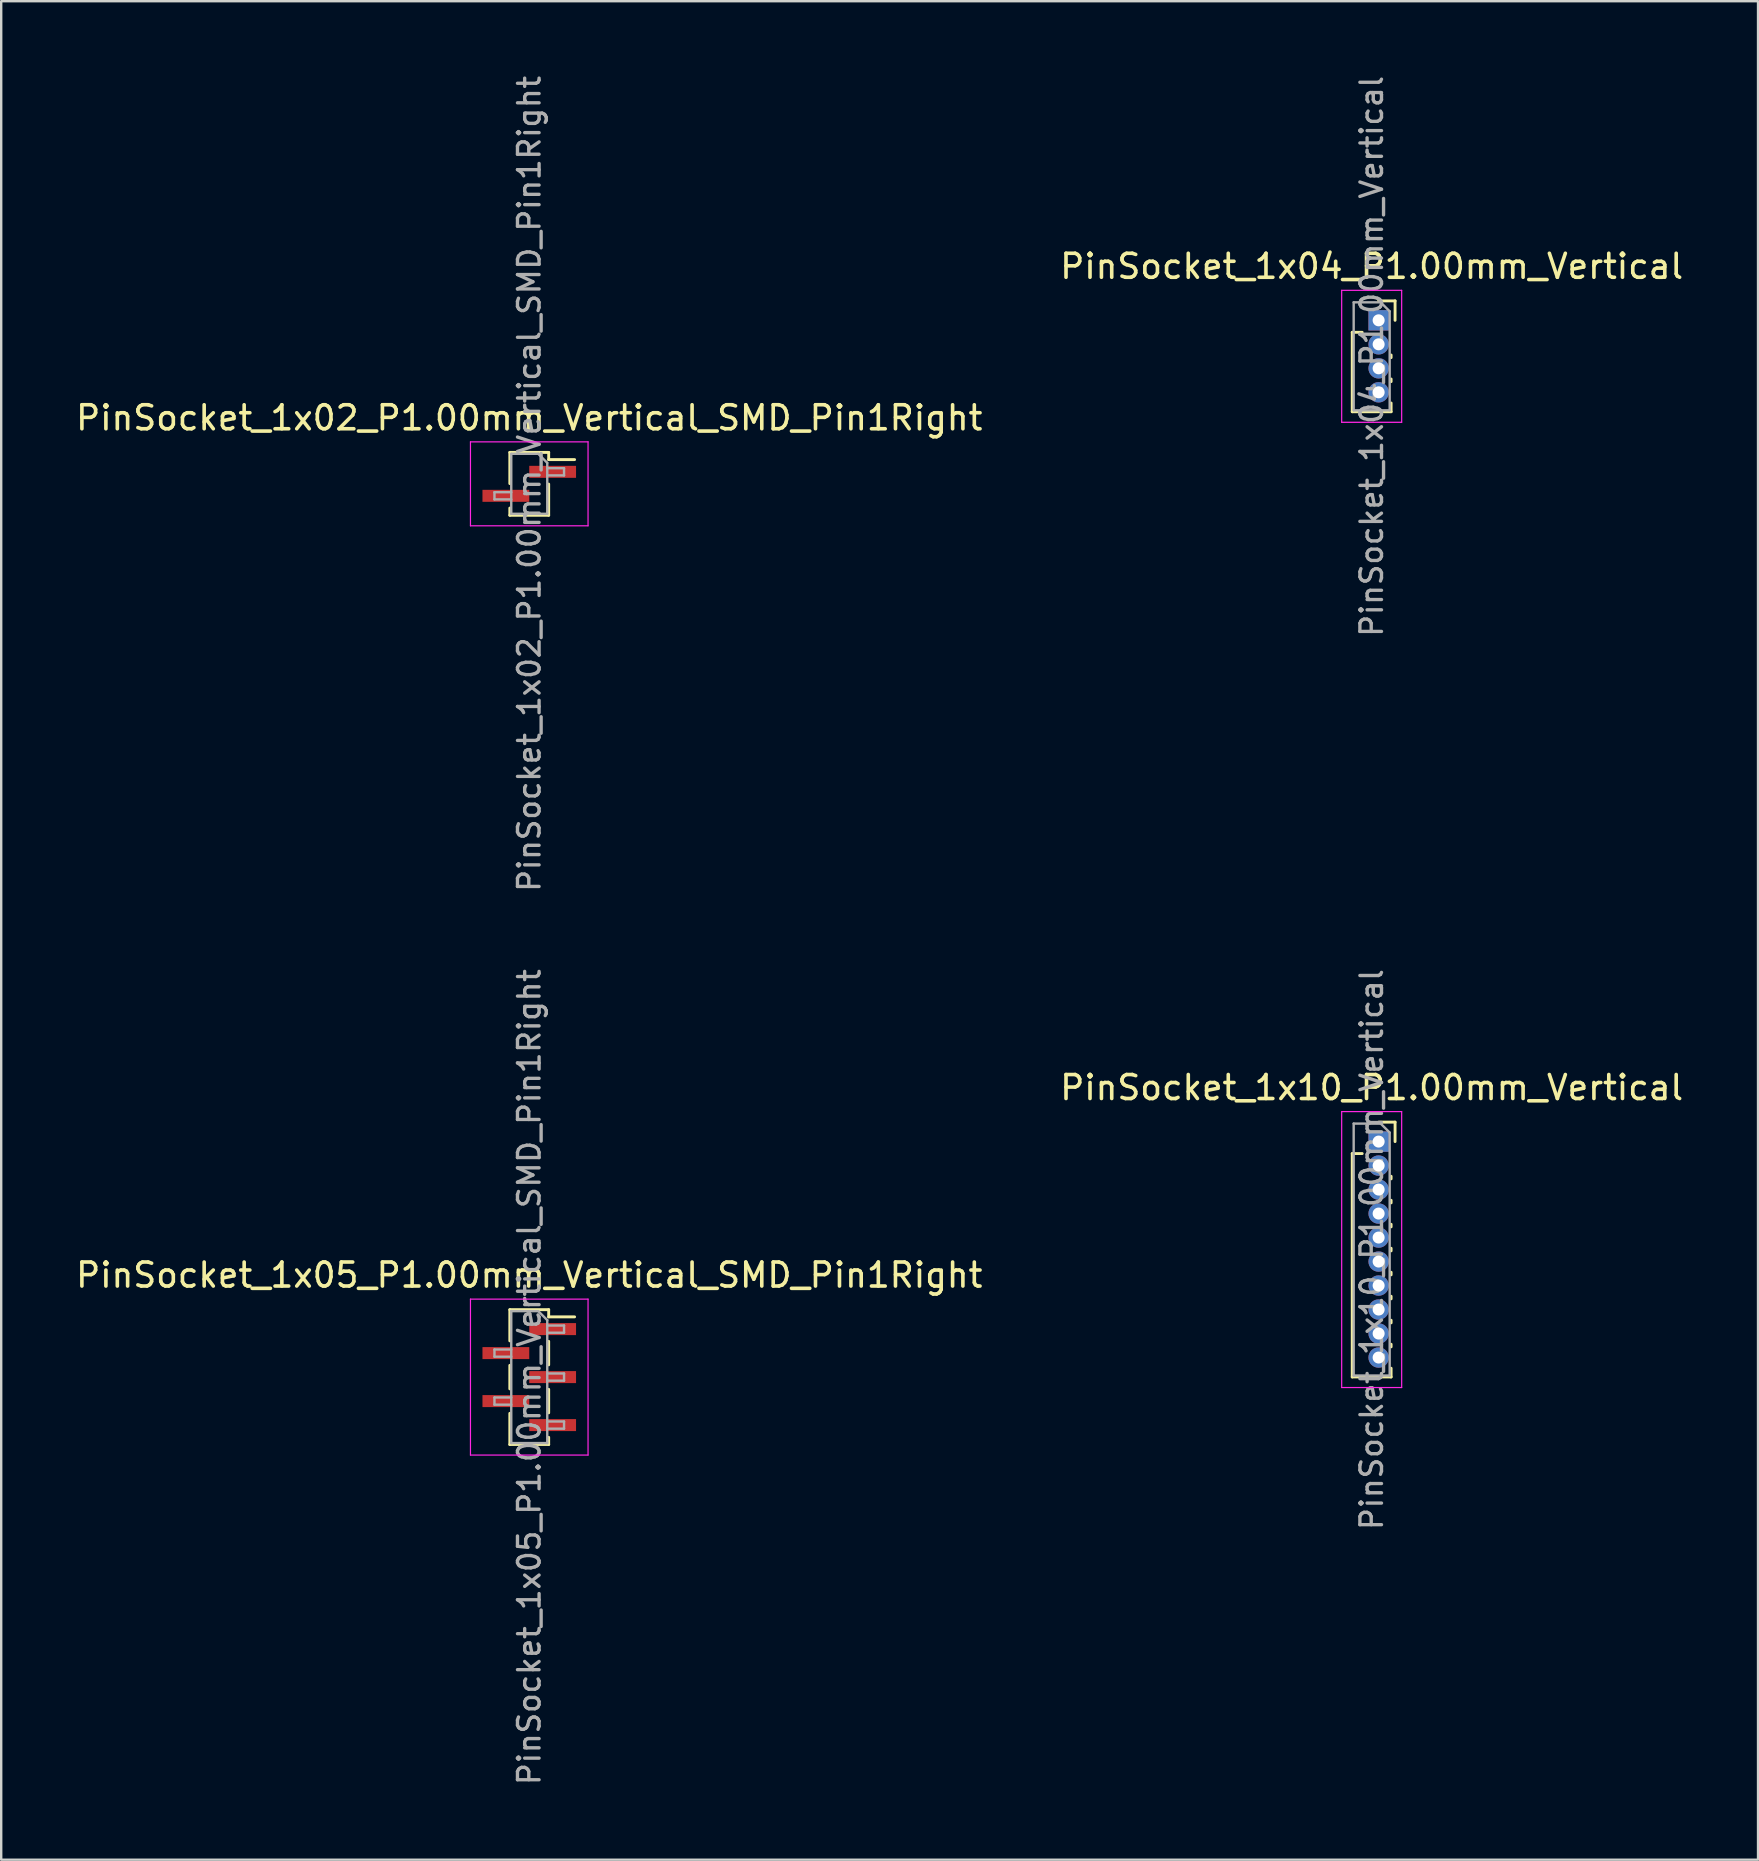
<source format=kicad_pcb>
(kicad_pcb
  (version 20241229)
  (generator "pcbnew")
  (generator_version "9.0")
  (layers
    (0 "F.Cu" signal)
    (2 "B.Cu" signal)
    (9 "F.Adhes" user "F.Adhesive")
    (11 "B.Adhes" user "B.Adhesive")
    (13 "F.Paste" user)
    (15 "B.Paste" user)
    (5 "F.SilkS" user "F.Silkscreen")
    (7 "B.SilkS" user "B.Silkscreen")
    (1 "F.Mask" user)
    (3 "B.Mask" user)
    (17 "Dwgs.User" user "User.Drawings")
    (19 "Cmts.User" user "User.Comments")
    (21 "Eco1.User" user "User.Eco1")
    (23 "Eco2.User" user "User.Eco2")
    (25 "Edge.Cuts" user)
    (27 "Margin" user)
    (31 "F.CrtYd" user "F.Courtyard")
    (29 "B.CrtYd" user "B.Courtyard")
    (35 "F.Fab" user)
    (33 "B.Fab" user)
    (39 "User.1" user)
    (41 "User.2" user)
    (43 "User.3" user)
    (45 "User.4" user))
  (footprint "PinSocket_1x02_P1.00mm_Vertical_SMD_Pin1Right"
    (layer "F.Cu")
    (at 19.006 17.113)
    (property "Reference" "PinSocket_1x02_P1.00mm_Vertical_SMD_Pin1Right" (at 0 -2.75 0) (layer "F.SilkS") (effects (font (size 1 1) (thickness 0.15))))
    (attr smd)
    (fp_line (start -0.81 -1.31) (end -0.81 -0.01) (stroke (width 0.12) (type solid)) (layer "F.SilkS"))
    (fp_line (start -0.81 -1.31) (end 0.81 -1.31) (stroke (width 0.12) (type solid)) (layer "F.SilkS"))
    (fp_line (start -0.81 1.01) (end -0.81 1.31) (stroke (width 0.12) (type solid)) (layer "F.SilkS"))
    (fp_line (start -0.81 1.31) (end 0.81 1.31) (stroke (width 0.12) (type solid)) (layer "F.SilkS"))
    (fp_line (start 0.81 -1.31) (end 0.81 -1.01) (stroke (width 0.12) (type solid)) (layer "F.SilkS"))
    (fp_line (start 0.81 -1.01) (end 1.89 -1.01) (stroke (width 0.12) (type solid)) (layer "F.SilkS"))
    (fp_line (start 0.81 0.01) (end 0.81 1.31) (stroke (width 0.12) (type solid)) (layer "F.SilkS"))
    (fp_line (start -2.45 -1.75) (end 2.45 -1.75) (stroke (width 0.05) (type solid)) (layer "F.CrtYd"))
    (fp_line (start -2.45 1.75) (end -2.45 -1.75) (stroke (width 0.05) (type solid)) (layer "F.CrtYd"))
    (fp_line (start 2.45 -1.75) (end 2.45 1.75) (stroke (width 0.05) (type solid)) (layer "F.CrtYd"))
    (fp_line (start 2.45 1.75) (end -2.45 1.75) (stroke (width 0.05) (type solid)) (layer "F.CrtYd"))
    (fp_line (start -1.45 0.35) (end -0.75 0.35) (stroke (width 0.1) (type solid)) (layer "F.Fab"))
    (fp_line (start -1.45 0.65) (end -1.45 0.35) (stroke (width 0.1) (type solid)) (layer "F.Fab"))
    (fp_line (start -0.75 -1.25) (end 0.375 -1.25) (stroke (width 0.1) (type solid)) (layer "F.Fab"))
    (fp_line (start -0.75 0.65) (end -1.45 0.65) (stroke (width 0.1) (type solid)) (layer "F.Fab"))
    (fp_line (start -0.75 1.25) (end -0.75 -1.25) (stroke (width 0.1) (type solid)) (layer "F.Fab"))
    (fp_line (start 0.375 -1.25) (end 0.75 -0.875) (stroke (width 0.1) (type solid)) (layer "F.Fab"))
    (fp_line (start 0.75 -0.875) (end 0.75 1.25) (stroke (width 0.1) (type solid)) (layer "F.Fab"))
    (fp_line (start 0.75 -0.65) (end 1.45 -0.65) (stroke (width 0.1) (type solid)) (layer "F.Fab"))
    (fp_line (start 0.75 1.25) (end -0.75 1.25) (stroke (width 0.1) (type solid)) (layer "F.Fab"))
    (fp_line (start 1.45 -0.65) (end 1.45 -0.35) (stroke (width 0.1) (type solid)) (layer "F.Fab"))
    (fp_line (start 1.45 -0.35) (end 0.75 -0.35) (stroke (width 0.1) (type solid)) (layer "F.Fab"))
    (fp_text user "${REFERENCE}" (at 0 0 90) (layer "F.Fab") (effects (font (size 0.9 0.9) (thickness 0.14))))
    (pad "1" smd rect (at 0.975 -0.5) (size 1.95 0.5) (layers "F.Cu" "F.Mask" "F.Paste"))
    (pad "2" smd rect (at -0.975 0.5) (size 1.95 0.5) (layers "F.Cu" "F.Mask" "F.Paste")))
  (footprint "PinSocket_1x04_P1.00mm_Vertical"
    (layer "F.Cu")
    (at 54.403 10.299)
    (property "Reference" "PinSocket_1x04_P1.00mm_Vertical" (at -0.29 -2.25 0) (layer "F.SilkS") (effects (font (size 1 1) (thickness 0.15))))
    (attr through_hole)
    (fp_line (start -1.1 0.5) (end -1.1 3.81) (stroke (width 0.12) (type solid)) (layer "F.SilkS"))
    (fp_line (start -1.1 0.5) (end -0.685 0.5) (stroke (width 0.12) (type solid)) (layer "F.SilkS"))
    (fp_line (start -1.1 3.81) (end 0.52 3.81) (stroke (width 0.12) (type solid)) (layer "F.SilkS"))
    (fp_line (start 0 -0.81) (end 0.685 -0.81) (stroke (width 0.12) (type solid)) (layer "F.SilkS"))
    (fp_line (start 0.52 1.446) (end 0.52 1.554) (stroke (width 0.12) (type solid)) (layer "F.SilkS"))
    (fp_line (start 0.52 2.446) (end 0.52 2.554) (stroke (width 0.12) (type solid)) (layer "F.SilkS"))
    (fp_line (start 0.52 3.446) (end 0.52 3.81) (stroke (width 0.12) (type solid)) (layer "F.SilkS"))
    (fp_line (start 0.685 -0.81) (end 0.685 0) (stroke (width 0.12) (type solid)) (layer "F.SilkS"))
    (fp_line (start -1.54 -1.25) (end 0.96 -1.25) (stroke (width 0.05) (type solid)) (layer "F.CrtYd"))
    (fp_line (start -1.54 4.25) (end -1.54 -1.25) (stroke (width 0.05) (type solid)) (layer "F.CrtYd"))
    (fp_line (start 0.96 -1.25) (end 0.96 4.25) (stroke (width 0.05) (type solid)) (layer "F.CrtYd"))
    (fp_line (start 0.96 4.25) (end -1.54 4.25) (stroke (width 0.05) (type solid)) (layer "F.CrtYd"))
    (fp_line (start -1.04 -0.75) (end 0.085 -0.75) (stroke (width 0.1) (type solid)) (layer "F.Fab"))
    (fp_line (start -1.04 3.75) (end -1.04 -0.75) (stroke (width 0.1) (type solid)) (layer "F.Fab"))
    (fp_line (start 0.085 -0.75) (end 0.46 -0.375) (stroke (width 0.1) (type solid)) (layer "F.Fab"))
    (fp_line (start 0.46 -0.375) (end 0.46 3.75) (stroke (width 0.1) (type solid)) (layer "F.Fab"))
    (fp_line (start 0.46 3.75) (end -1.04 3.75) (stroke (width 0.1) (type solid)) (layer "F.Fab"))
    (fp_text user "${REFERENCE}" (at -0.29 1.5 90) (layer "F.Fab") (effects (font (size 0.9 0.9) (thickness 0.14))))
    (pad "1" thru_hole rect (at 0 0) (size 0.85 0.85) (drill 0.5) (layers "*.Cu" "*.Mask"))
    (pad "2" thru_hole oval (at 0 1) (size 0.85 0.85) (drill 0.5) (layers "*.Cu" "*.Mask"))
    (pad "3" thru_hole oval (at 0 2) (size 0.85 0.85) (drill 0.5) (layers "*.Cu" "*.Mask"))
    (pad "4" thru_hole oval (at 0 3) (size 0.85 0.85) (drill 0.5) (layers "*.Cu" "*.Mask")))
  (footprint "PinSocket_1x10_P1.00mm_Vertical"
    (layer "F.Cu")
    (at 54.403 44.524)
    (property "Reference" "PinSocket_1x10_P1.00mm_Vertical" (at -0.29 -2.25 0) (layer "F.SilkS") (effects (font (size 1 1) (thickness 0.15))))
    (attr through_hole)
    (fp_line (start -1.1 0.5) (end -1.1 9.81) (stroke (width 0.12) (type solid)) (layer "F.SilkS"))
    (fp_line (start -1.1 0.5) (end -0.685 0.5) (stroke (width 0.12) (type solid)) (layer "F.SilkS"))
    (fp_line (start -1.1 9.81) (end 0.52 9.81) (stroke (width 0.12) (type solid)) (layer "F.SilkS"))
    (fp_line (start 0 -0.81) (end 0.685 -0.81) (stroke (width 0.12) (type solid)) (layer "F.SilkS"))
    (fp_line (start 0.52 1.446) (end 0.52 1.554) (stroke (width 0.12) (type solid)) (layer "F.SilkS"))
    (fp_line (start 0.52 2.446) (end 0.52 2.554) (stroke (width 0.12) (type solid)) (layer "F.SilkS"))
    (fp_line (start 0.52 3.446) (end 0.52 3.554) (stroke (width 0.12) (type solid)) (layer "F.SilkS"))
    (fp_line (start 0.52 4.446) (end 0.52 4.554) (stroke (width 0.12) (type solid)) (layer "F.SilkS"))
    (fp_line (start 0.52 5.446) (end 0.52 5.554) (stroke (width 0.12) (type solid)) (layer "F.SilkS"))
    (fp_line (start 0.52 6.446) (end 0.52 6.554) (stroke (width 0.12) (type solid)) (layer "F.SilkS"))
    (fp_line (start 0.52 7.446) (end 0.52 7.554) (stroke (width 0.12) (type solid)) (layer "F.SilkS"))
    (fp_line (start 0.52 8.446) (end 0.52 8.554) (stroke (width 0.12) (type solid)) (layer "F.SilkS"))
    (fp_line (start 0.52 9.446) (end 0.52 9.81) (stroke (width 0.12) (type solid)) (layer "F.SilkS"))
    (fp_line (start 0.685 -0.81) (end 0.685 0) (stroke (width 0.12) (type solid)) (layer "F.SilkS"))
    (fp_line (start -1.54 -1.25) (end 0.96 -1.25) (stroke (width 0.05) (type solid)) (layer "F.CrtYd"))
    (fp_line (start -1.54 10.25) (end -1.54 -1.25) (stroke (width 0.05) (type solid)) (layer "F.CrtYd"))
    (fp_line (start 0.96 -1.25) (end 0.96 10.25) (stroke (width 0.05) (type solid)) (layer "F.CrtYd"))
    (fp_line (start 0.96 10.25) (end -1.54 10.25) (stroke (width 0.05) (type solid)) (layer "F.CrtYd"))
    (fp_line (start -1.04 -0.75) (end 0.085 -0.75) (stroke (width 0.1) (type solid)) (layer "F.Fab"))
    (fp_line (start -1.04 9.75) (end -1.04 -0.75) (stroke (width 0.1) (type solid)) (layer "F.Fab"))
    (fp_line (start 0.085 -0.75) (end 0.46 -0.375) (stroke (width 0.1) (type solid)) (layer "F.Fab"))
    (fp_line (start 0.46 -0.375) (end 0.46 9.75) (stroke (width 0.1) (type solid)) (layer "F.Fab"))
    (fp_line (start 0.46 9.75) (end -1.04 9.75) (stroke (width 0.1) (type solid)) (layer "F.Fab"))
    (fp_text user "${REFERENCE}" (at -0.29 4.5 90) (layer "F.Fab") (effects (font (size 0.9 0.9) (thickness 0.14))))
    (pad "1" thru_hole rect (at 0 0) (size 0.85 0.85) (drill 0.5) (layers "*.Cu" "*.Mask"))
    (pad "2" thru_hole oval (at 0 1) (size 0.85 0.85) (drill 0.5) (layers "*.Cu" "*.Mask"))
    (pad "3" thru_hole oval (at 0 2) (size 0.85 0.85) (drill 0.5) (layers "*.Cu" "*.Mask"))
    (pad "4" thru_hole oval (at 0 3) (size 0.85 0.85) (drill 0.5) (layers "*.Cu" "*.Mask"))
    (pad "5" thru_hole oval (at 0 4) (size 0.85 0.85) (drill 0.5) (layers "*.Cu" "*.Mask"))
    (pad "6" thru_hole oval (at 0 5) (size 0.85 0.85) (drill 0.5) (layers "*.Cu" "*.Mask"))
    (pad "7" thru_hole oval (at 0 6) (size 0.85 0.85) (drill 0.5) (layers "*.Cu" "*.Mask"))
    (pad "8" thru_hole oval (at 0 7) (size 0.85 0.85) (drill 0.5) (layers "*.Cu" "*.Mask"))
    (pad "9" thru_hole oval (at 0 8) (size 0.85 0.85) (drill 0.5) (layers "*.Cu" "*.Mask"))
    (pad "10" thru_hole oval (at 0 9) (size 0.85 0.85) (drill 0.5) (layers "*.Cu" "*.Mask")))
  (footprint "PinSocket_1x05_P1.00mm_Vertical_SMD_Pin1Right"
    (layer "F.Cu")
    (at 19.006 54.339)
    (property "Reference" "PinSocket_1x05_P1.00mm_Vertical_SMD_Pin1Right" (at 0 -4.25 0) (layer "F.SilkS") (effects (font (size 1 1) (thickness 0.15))))
    (attr smd)
    (fp_line (start -0.81 -2.81) (end -0.81 -1.51) (stroke (width 0.12) (type solid)) (layer "F.SilkS"))
    (fp_line (start -0.81 -2.81) (end 0.81 -2.81) (stroke (width 0.12) (type solid)) (layer "F.SilkS"))
    (fp_line (start -0.81 -0.49) (end -0.81 0.49) (stroke (width 0.12) (type solid)) (layer "F.SilkS"))
    (fp_line (start -0.81 1.51) (end -0.81 2.81) (stroke (width 0.12) (type solid)) (layer "F.SilkS"))
    (fp_line (start -0.81 2.81) (end 0.81 2.81) (stroke (width 0.12) (type solid)) (layer "F.SilkS"))
    (fp_line (start 0.81 -2.81) (end 0.81 -2.51) (stroke (width 0.12) (type solid)) (layer "F.SilkS"))
    (fp_line (start 0.81 -2.51) (end 1.89 -2.51) (stroke (width 0.12) (type solid)) (layer "F.SilkS"))
    (fp_line (start 0.81 -1.49) (end 0.81 -0.51) (stroke (width 0.12) (type solid)) (layer "F.SilkS"))
    (fp_line (start 0.81 0.51) (end 0.81 1.49) (stroke (width 0.12) (type solid)) (layer "F.SilkS"))
    (fp_line (start 0.81 2.51) (end 0.81 2.81) (stroke (width 0.12) (type solid)) (layer "F.SilkS"))
    (fp_line (start -2.45 -3.25) (end 2.45 -3.25) (stroke (width 0.05) (type solid)) (layer "F.CrtYd"))
    (fp_line (start -2.45 3.25) (end -2.45 -3.25) (stroke (width 0.05) (type solid)) (layer "F.CrtYd"))
    (fp_line (start 2.45 -3.25) (end 2.45 3.25) (stroke (width 0.05) (type solid)) (layer "F.CrtYd"))
    (fp_line (start 2.45 3.25) (end -2.45 3.25) (stroke (width 0.05) (type solid)) (layer "F.CrtYd"))
    (fp_line (start -1.45 -1.15) (end -0.75 -1.15) (stroke (width 0.1) (type solid)) (layer "F.Fab"))
    (fp_line (start -1.45 -0.85) (end -1.45 -1.15) (stroke (width 0.1) (type solid)) (layer "F.Fab"))
    (fp_line (start -1.45 0.85) (end -0.75 0.85) (stroke (width 0.1) (type solid)) (layer "F.Fab"))
    (fp_line (start -1.45 1.15) (end -1.45 0.85) (stroke (width 0.1) (type solid)) (layer "F.Fab"))
    (fp_line (start -0.75 -2.75) (end 0.375 -2.75) (stroke (width 0.1) (type solid)) (layer "F.Fab"))
    (fp_line (start -0.75 -0.85) (end -1.45 -0.85) (stroke (width 0.1) (type solid)) (layer "F.Fab"))
    (fp_line (start -0.75 1.15) (end -1.45 1.15) (stroke (width 0.1) (type solid)) (layer "F.Fab"))
    (fp_line (start -0.75 2.75) (end -0.75 -2.75) (stroke (width 0.1) (type solid)) (layer "F.Fab"))
    (fp_line (start 0.375 -2.75) (end 0.75 -2.375) (stroke (width 0.1) (type solid)) (layer "F.Fab"))
    (fp_line (start 0.75 -2.375) (end 0.75 2.75) (stroke (width 0.1) (type solid)) (layer "F.Fab"))
    (fp_line (start 0.75 -2.15) (end 1.45 -2.15) (stroke (width 0.1) (type solid)) (layer "F.Fab"))
    (fp_line (start 0.75 -0.15) (end 1.45 -0.15) (stroke (width 0.1) (type solid)) (layer "F.Fab"))
    (fp_line (start 0.75 1.85) (end 1.45 1.85) (stroke (width 0.1) (type solid)) (layer "F.Fab"))
    (fp_line (start 0.75 2.75) (end -0.75 2.75) (stroke (width 0.1) (type solid)) (layer "F.Fab"))
    (fp_line (start 1.45 -2.15) (end 1.45 -1.85) (stroke (width 0.1) (type solid)) (layer "F.Fab"))
    (fp_line (start 1.45 -1.85) (end 0.75 -1.85) (stroke (width 0.1) (type solid)) (layer "F.Fab"))
    (fp_line (start 1.45 -0.15) (end 1.45 0.15) (stroke (width 0.1) (type solid)) (layer "F.Fab"))
    (fp_line (start 1.45 0.15) (end 0.75 0.15) (stroke (width 0.1) (type solid)) (layer "F.Fab"))
    (fp_line (start 1.45 1.85) (end 1.45 2.15) (stroke (width 0.1) (type solid)) (layer "F.Fab"))
    (fp_line (start 1.45 2.15) (end 0.75 2.15) (stroke (width 0.1) (type solid)) (layer "F.Fab"))
    (fp_text user "${REFERENCE}" (at 0 0 90) (layer "F.Fab") (effects (font (size 0.9 0.9) (thickness 0.14))))
    (pad "1" smd rect (at 0.975 -2) (size 1.95 0.5) (layers "F.Cu" "F.Mask" "F.Paste"))
    (pad "2" smd rect (at -0.975 -1) (size 1.95 0.5) (layers "F.Cu" "F.Mask" "F.Paste"))
    (pad "3" smd rect (at 0.975 0) (size 1.95 0.5) (layers "F.Cu" "F.Mask" "F.Paste"))
    (pad "4" smd rect (at -0.975 1) (size 1.95 0.5) (layers "F.Cu" "F.Mask" "F.Paste"))
    (pad "5" smd rect (at 0.975 2) (size 1.95 0.5) (layers "F.Cu" "F.Mask" "F.Paste")))
  (gr_rect
    (start -3 -3)
    (end 70.214 74.451)
    (stroke (width 0.1) (type default))
    (fill no)
    (layer "Edge.Cuts")))
</source>
